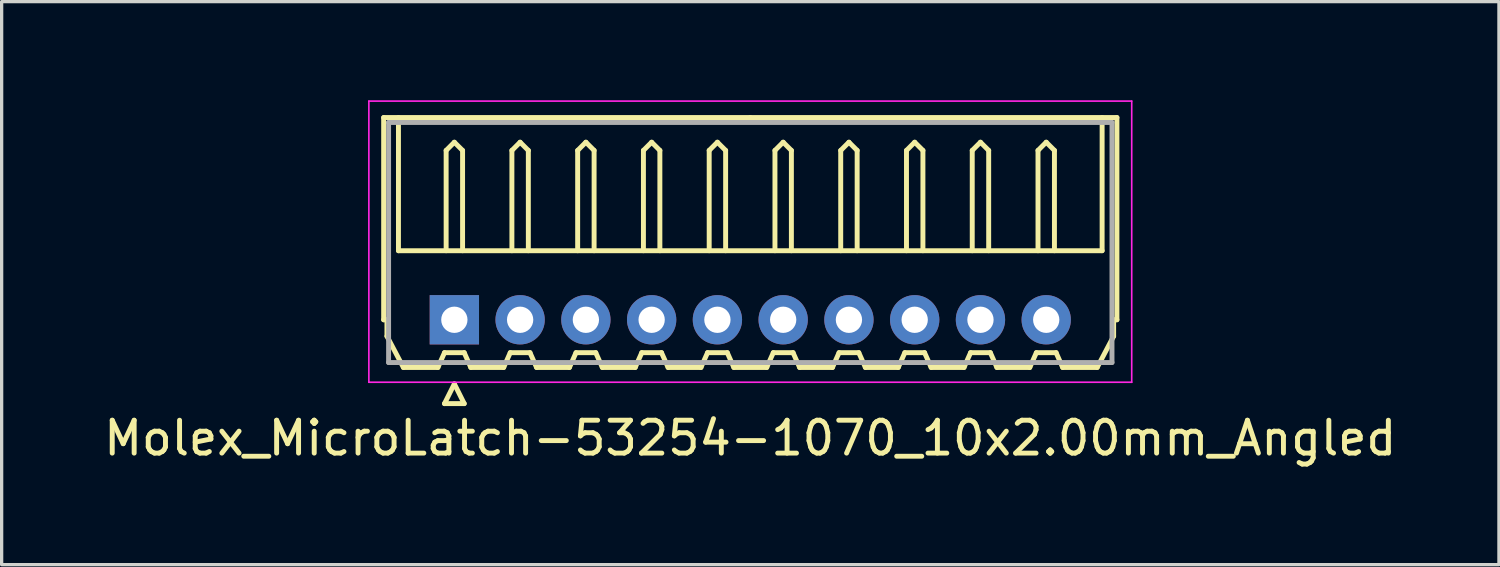
<source format=kicad_pcb>
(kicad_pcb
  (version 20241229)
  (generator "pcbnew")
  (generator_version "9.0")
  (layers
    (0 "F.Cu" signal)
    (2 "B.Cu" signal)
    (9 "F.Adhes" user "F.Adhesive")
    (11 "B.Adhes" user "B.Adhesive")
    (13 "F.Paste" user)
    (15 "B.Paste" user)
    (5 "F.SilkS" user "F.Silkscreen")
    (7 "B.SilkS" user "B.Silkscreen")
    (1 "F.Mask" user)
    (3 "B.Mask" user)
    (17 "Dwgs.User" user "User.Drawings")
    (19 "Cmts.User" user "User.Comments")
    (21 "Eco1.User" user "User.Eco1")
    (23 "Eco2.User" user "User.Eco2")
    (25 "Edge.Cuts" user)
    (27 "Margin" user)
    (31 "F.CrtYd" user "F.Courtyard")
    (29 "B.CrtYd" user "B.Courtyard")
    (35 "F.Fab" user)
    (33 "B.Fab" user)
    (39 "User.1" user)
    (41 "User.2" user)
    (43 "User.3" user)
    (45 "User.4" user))
  (footprint "Molex_MicroLatch-53254-1070_10x2.00mm_Angled"
    (layer "F.Cu")
    (at 10.768 6.675)
    (property "Reference" "Molex_MicroLatch-53254-1070_10x2.00mm_Angled" (at 9 3.6 0) (layer "F.SilkS") (effects (font (size 1 1) (thickness 0.15))))
    (attr through_hole)
    (fp_line (start -2.15 -6.15) (end 9 -6.15) (stroke (width 0.15) (type solid)) (layer "F.SilkS"))
    (fp_line (start -2.15 0) (end -2.15 -6.15) (stroke (width 0.15) (type solid)) (layer "F.SilkS"))
    (fp_line (start -2.05 0) (end -2.15 0) (stroke (width 0.15) (type solid)) (layer "F.SilkS"))
    (fp_line (start -2.05 0.5) (end -2.05 0) (stroke (width 0.15) (type solid)) (layer "F.SilkS"))
    (fp_line (start -1.7 -6.15) (end -1.7 -2.1) (stroke (width 0.15) (type solid)) (layer "F.SilkS"))
    (fp_line (start -1.7 -2.1) (end 19.7 -2.1) (stroke (width 0.15) (type solid)) (layer "F.SilkS"))
    (fp_line (start -1.55 1.45) (end -2.05 0.5) (stroke (width 0.15) (type solid)) (layer "F.SilkS"))
    (fp_line (start -0.5 1.45) (end -1.55 1.45) (stroke (width 0.15) (type solid)) (layer "F.SilkS"))
    (fp_line (start -0.3 1) (end -0.5 1.45) (stroke (width 0.15) (type solid)) (layer "F.SilkS"))
    (fp_line (start -0.3 1) (end 0.3 1) (stroke (width 0.15) (type solid)) (layer "F.SilkS"))
    (fp_line (start -0.3 2.55) (end 0.3 2.55) (stroke (width 0.15) (type solid)) (layer "F.SilkS"))
    (fp_line (start -0.25 -5.15) (end 0 -5.4) (stroke (width 0.15) (type solid)) (layer "F.SilkS"))
    (fp_line (start -0.25 -2.1) (end -0.25 -5.15) (stroke (width 0.15) (type solid)) (layer "F.SilkS"))
    (fp_line (start 0 -5.4) (end 0.25 -5.15) (stroke (width 0.15) (type solid)) (layer "F.SilkS"))
    (fp_line (start 0 1.95) (end -0.3 2.55) (stroke (width 0.15) (type solid)) (layer "F.SilkS"))
    (fp_line (start 0.25 -5.15) (end 0.25 -2.1) (stroke (width 0.15) (type solid)) (layer "F.SilkS"))
    (fp_line (start 0.3 1) (end 0.5 1.45) (stroke (width 0.15) (type solid)) (layer "F.SilkS"))
    (fp_line (start 0.3 2.55) (end 0 1.95) (stroke (width 0.15) (type solid)) (layer "F.SilkS"))
    (fp_line (start 0.5 1.45) (end 1.5 1.45) (stroke (width 0.15) (type solid)) (layer "F.SilkS"))
    (fp_line (start 1.5 1.45) (end 1.7 1) (stroke (width 0.15) (type solid)) (layer "F.SilkS"))
    (fp_line (start 1.7 1) (end 2.3 1) (stroke (width 0.15) (type solid)) (layer "F.SilkS"))
    (fp_line (start 1.75 -5.15) (end 2 -5.4) (stroke (width 0.15) (type solid)) (layer "F.SilkS"))
    (fp_line (start 1.75 -2.1) (end 1.75 -5.15) (stroke (width 0.15) (type solid)) (layer "F.SilkS"))
    (fp_line (start 2 -5.4) (end 2.25 -5.15) (stroke (width 0.15) (type solid)) (layer "F.SilkS"))
    (fp_line (start 2.25 -5.15) (end 2.25 -2.1) (stroke (width 0.15) (type solid)) (layer "F.SilkS"))
    (fp_line (start 2.3 1) (end 2.5 1.45) (stroke (width 0.15) (type solid)) (layer "F.SilkS"))
    (fp_line (start 2.5 1.45) (end 3.5 1.45) (stroke (width 0.15) (type solid)) (layer "F.SilkS"))
    (fp_line (start 3.5 1.45) (end 3.7 1) (stroke (width 0.15) (type solid)) (layer "F.SilkS"))
    (fp_line (start 3.7 1) (end 4.3 1) (stroke (width 0.15) (type solid)) (layer "F.SilkS"))
    (fp_line (start 3.75 -5.15) (end 4 -5.4) (stroke (width 0.15) (type solid)) (layer "F.SilkS"))
    (fp_line (start 3.75 -2.1) (end 3.75 -5.15) (stroke (width 0.15) (type solid)) (layer "F.SilkS"))
    (fp_line (start 4 -5.4) (end 4.25 -5.15) (stroke (width 0.15) (type solid)) (layer "F.SilkS"))
    (fp_line (start 4.25 -5.15) (end 4.25 -2.1) (stroke (width 0.15) (type solid)) (layer "F.SilkS"))
    (fp_line (start 4.3 1) (end 4.5 1.45) (stroke (width 0.15) (type solid)) (layer "F.SilkS"))
    (fp_line (start 4.5 1.45) (end 5.5 1.45) (stroke (width 0.15) (type solid)) (layer "F.SilkS"))
    (fp_line (start 5.5 1.45) (end 5.7 1) (stroke (width 0.15) (type solid)) (layer "F.SilkS"))
    (fp_line (start 5.7 1) (end 6.3 1) (stroke (width 0.15) (type solid)) (layer "F.SilkS"))
    (fp_line (start 5.75 -5.15) (end 6 -5.4) (stroke (width 0.15) (type solid)) (layer "F.SilkS"))
    (fp_line (start 5.75 -2.1) (end 5.75 -5.15) (stroke (width 0.15) (type solid)) (layer "F.SilkS"))
    (fp_line (start 6 -5.4) (end 6.25 -5.15) (stroke (width 0.15) (type solid)) (layer "F.SilkS"))
    (fp_line (start 6.25 -5.15) (end 6.25 -2.1) (stroke (width 0.15) (type solid)) (layer "F.SilkS"))
    (fp_line (start 6.3 1) (end 6.5 1.45) (stroke (width 0.15) (type solid)) (layer "F.SilkS"))
    (fp_line (start 6.5 1.45) (end 7.5 1.45) (stroke (width 0.15) (type solid)) (layer "F.SilkS"))
    (fp_line (start 7.5 1.45) (end 7.7 1) (stroke (width 0.15) (type solid)) (layer "F.SilkS"))
    (fp_line (start 7.7 1) (end 8.3 1) (stroke (width 0.15) (type solid)) (layer "F.SilkS"))
    (fp_line (start 7.75 -5.15) (end 8 -5.4) (stroke (width 0.15) (type solid)) (layer "F.SilkS"))
    (fp_line (start 7.75 -2.1) (end 7.75 -5.15) (stroke (width 0.15) (type solid)) (layer "F.SilkS"))
    (fp_line (start 8 -5.4) (end 8.25 -5.15) (stroke (width 0.15) (type solid)) (layer "F.SilkS"))
    (fp_line (start 8.25 -5.15) (end 8.25 -2.1) (stroke (width 0.15) (type solid)) (layer "F.SilkS"))
    (fp_line (start 8.3 1) (end 8.5 1.45) (stroke (width 0.15) (type solid)) (layer "F.SilkS"))
    (fp_line (start 8.5 1.45) (end 9.5 1.45) (stroke (width 0.15) (type solid)) (layer "F.SilkS"))
    (fp_line (start 9.5 1.45) (end 9.7 1) (stroke (width 0.15) (type solid)) (layer "F.SilkS"))
    (fp_line (start 9.7 1) (end 10.3 1) (stroke (width 0.15) (type solid)) (layer "F.SilkS"))
    (fp_line (start 9.75 -5.15) (end 10 -5.4) (stroke (width 0.15) (type solid)) (layer "F.SilkS"))
    (fp_line (start 9.75 -2.1) (end 9.75 -5.15) (stroke (width 0.15) (type solid)) (layer "F.SilkS"))
    (fp_line (start 10 -5.4) (end 10.25 -5.15) (stroke (width 0.15) (type solid)) (layer "F.SilkS"))
    (fp_line (start 10.25 -5.15) (end 10.25 -2.1) (stroke (width 0.15) (type solid)) (layer "F.SilkS"))
    (fp_line (start 10.3 1) (end 10.5 1.45) (stroke (width 0.15) (type solid)) (layer "F.SilkS"))
    (fp_line (start 10.5 1.45) (end 11.5 1.45) (stroke (width 0.15) (type solid)) (layer "F.SilkS"))
    (fp_line (start 11.5 1.45) (end 11.7 1) (stroke (width 0.15) (type solid)) (layer "F.SilkS"))
    (fp_line (start 11.7 1) (end 12.3 1) (stroke (width 0.15) (type solid)) (layer "F.SilkS"))
    (fp_line (start 11.75 -5.15) (end 12 -5.4) (stroke (width 0.15) (type solid)) (layer "F.SilkS"))
    (fp_line (start 11.75 -2.1) (end 11.75 -5.15) (stroke (width 0.15) (type solid)) (layer "F.SilkS"))
    (fp_line (start 12 -5.4) (end 12.25 -5.15) (stroke (width 0.15) (type solid)) (layer "F.SilkS"))
    (fp_line (start 12.25 -5.15) (end 12.25 -2.1) (stroke (width 0.15) (type solid)) (layer "F.SilkS"))
    (fp_line (start 12.3 1) (end 12.5 1.45) (stroke (width 0.15) (type solid)) (layer "F.SilkS"))
    (fp_line (start 12.5 1.45) (end 13.5 1.45) (stroke (width 0.15) (type solid)) (layer "F.SilkS"))
    (fp_line (start 13.5 1.45) (end 13.7 1) (stroke (width 0.15) (type solid)) (layer "F.SilkS"))
    (fp_line (start 13.7 1) (end 14.3 1) (stroke (width 0.15) (type solid)) (layer "F.SilkS"))
    (fp_line (start 13.75 -5.15) (end 14 -5.4) (stroke (width 0.15) (type solid)) (layer "F.SilkS"))
    (fp_line (start 13.75 -2.1) (end 13.75 -5.15) (stroke (width 0.15) (type solid)) (layer "F.SilkS"))
    (fp_line (start 14 -5.4) (end 14.25 -5.15) (stroke (width 0.15) (type solid)) (layer "F.SilkS"))
    (fp_line (start 14.25 -5.15) (end 14.25 -2.1) (stroke (width 0.15) (type solid)) (layer "F.SilkS"))
    (fp_line (start 14.3 1) (end 14.5 1.45) (stroke (width 0.15) (type solid)) (layer "F.SilkS"))
    (fp_line (start 14.5 1.45) (end 15.5 1.45) (stroke (width 0.15) (type solid)) (layer "F.SilkS"))
    (fp_line (start 15.5 1.45) (end 15.7 1) (stroke (width 0.15) (type solid)) (layer "F.SilkS"))
    (fp_line (start 15.7 1) (end 16.3 1) (stroke (width 0.15) (type solid)) (layer "F.SilkS"))
    (fp_line (start 15.75 -5.15) (end 16 -5.4) (stroke (width 0.15) (type solid)) (layer "F.SilkS"))
    (fp_line (start 15.75 -2.1) (end 15.75 -5.15) (stroke (width 0.15) (type solid)) (layer "F.SilkS"))
    (fp_line (start 16 -5.4) (end 16.25 -5.15) (stroke (width 0.15) (type solid)) (layer "F.SilkS"))
    (fp_line (start 16.25 -5.15) (end 16.25 -2.1) (stroke (width 0.15) (type solid)) (layer "F.SilkS"))
    (fp_line (start 16.3 1) (end 16.5 1.45) (stroke (width 0.15) (type solid)) (layer "F.SilkS"))
    (fp_line (start 16.5 1.45) (end 17.5 1.45) (stroke (width 0.15) (type solid)) (layer "F.SilkS"))
    (fp_line (start 17.5 1.45) (end 17.7 1) (stroke (width 0.15) (type solid)) (layer "F.SilkS"))
    (fp_line (start 17.7 1) (end 18.3 1) (stroke (width 0.15) (type solid)) (layer "F.SilkS"))
    (fp_line (start 17.75 -5.15) (end 18 -5.4) (stroke (width 0.15) (type solid)) (layer "F.SilkS"))
    (fp_line (start 17.75 -2.1) (end 17.75 -5.15) (stroke (width 0.15) (type solid)) (layer "F.SilkS"))
    (fp_line (start 18 -5.4) (end 18.25 -5.15) (stroke (width 0.15) (type solid)) (layer "F.SilkS"))
    (fp_line (start 18.25 -5.15) (end 18.25 -2.1) (stroke (width 0.15) (type solid)) (layer "F.SilkS"))
    (fp_line (start 18.3 1) (end 18.5 1.45) (stroke (width 0.15) (type solid)) (layer "F.SilkS"))
    (fp_line (start 18.5 1.45) (end 19.55 1.45) (stroke (width 0.15) (type solid)) (layer "F.SilkS"))
    (fp_line (start 19.55 1.45) (end 20.05 0.5) (stroke (width 0.15) (type solid)) (layer "F.SilkS"))
    (fp_line (start 19.7 -2.1) (end 19.7 -6.15) (stroke (width 0.15) (type solid)) (layer "F.SilkS"))
    (fp_line (start 20.05 0) (end 20.15 0) (stroke (width 0.15) (type solid)) (layer "F.SilkS"))
    (fp_line (start 20.05 0.5) (end 20.05 0) (stroke (width 0.15) (type solid)) (layer "F.SilkS"))
    (fp_line (start 20.15 -6.15) (end 9 -6.15) (stroke (width 0.15) (type solid)) (layer "F.SilkS"))
    (fp_line (start 20.15 0) (end 20.15 -6.15) (stroke (width 0.15) (type solid)) (layer "F.SilkS"))
    (fp_line (start -2.6 -6.65) (end -2.6 1.9) (stroke (width 0.05) (type solid)) (layer "F.CrtYd"))
    (fp_line (start -2.6 1.9) (end 20.6 1.9) (stroke (width 0.05) (type solid)) (layer "F.CrtYd"))
    (fp_line (start 20.6 -6.65) (end -2.6 -6.65) (stroke (width 0.05) (type solid)) (layer "F.CrtYd"))
    (fp_line (start 20.6 1.9) (end 20.6 -6.65) (stroke (width 0.05) (type solid)) (layer "F.CrtYd"))
    (fp_line (start -2 -6) (end -2 1.3) (stroke (width 0.15) (type solid)) (layer "F.Fab"))
    (fp_line (start -2 1.3) (end 20 1.3) (stroke (width 0.15) (type solid)) (layer "F.Fab"))
    (fp_line (start 20 -6) (end -2 -6) (stroke (width 0.15) (type solid)) (layer "F.Fab"))
    (fp_line (start 20 1.3) (end 20 -6) (stroke (width 0.15) (type solid)) (layer "F.Fab"))
    (pad "1" thru_hole rect (at 0 0) (size 1.5 1.5) (drill 0.8) (layers "*.Cu" "*.Mask"))
    (pad "2" thru_hole circle (at 2 0) (size 1.5 1.5) (drill 0.8) (layers "*.Cu" "*.Mask"))
    (pad "3" thru_hole circle (at 4 0) (size 1.5 1.5) (drill 0.8) (layers "*.Cu" "*.Mask"))
    (pad "4" thru_hole circle (at 6 0) (size 1.5 1.5) (drill 0.8) (layers "*.Cu" "*.Mask"))
    (pad "5" thru_hole circle (at 8 0) (size 1.5 1.5) (drill 0.8) (layers "*.Cu" "*.Mask"))
    (pad "6" thru_hole circle (at 10 0) (size 1.5 1.5) (drill 0.8) (layers "*.Cu" "*.Mask"))
    (pad "7" thru_hole circle (at 12 0) (size 1.5 1.5) (drill 0.8) (layers "*.Cu" "*.Mask"))
    (pad "8" thru_hole circle (at 14 0) (size 1.5 1.5) (drill 0.8) (layers "*.Cu" "*.Mask"))
    (pad "9" thru_hole circle (at 16 0) (size 1.5 1.5) (drill 0.8) (layers "*.Cu" "*.Mask"))
    (pad "10" thru_hole circle (at 18 0) (size 1.5 1.5) (drill 0.8) (layers "*.Cu" "*.Mask")))
  (gr_rect
    (start -3 -3)
    (end 42.536 14.123)
    (stroke (width 0.1) (type default))
    (fill no)
    (layer "Edge.Cuts")))
</source>
